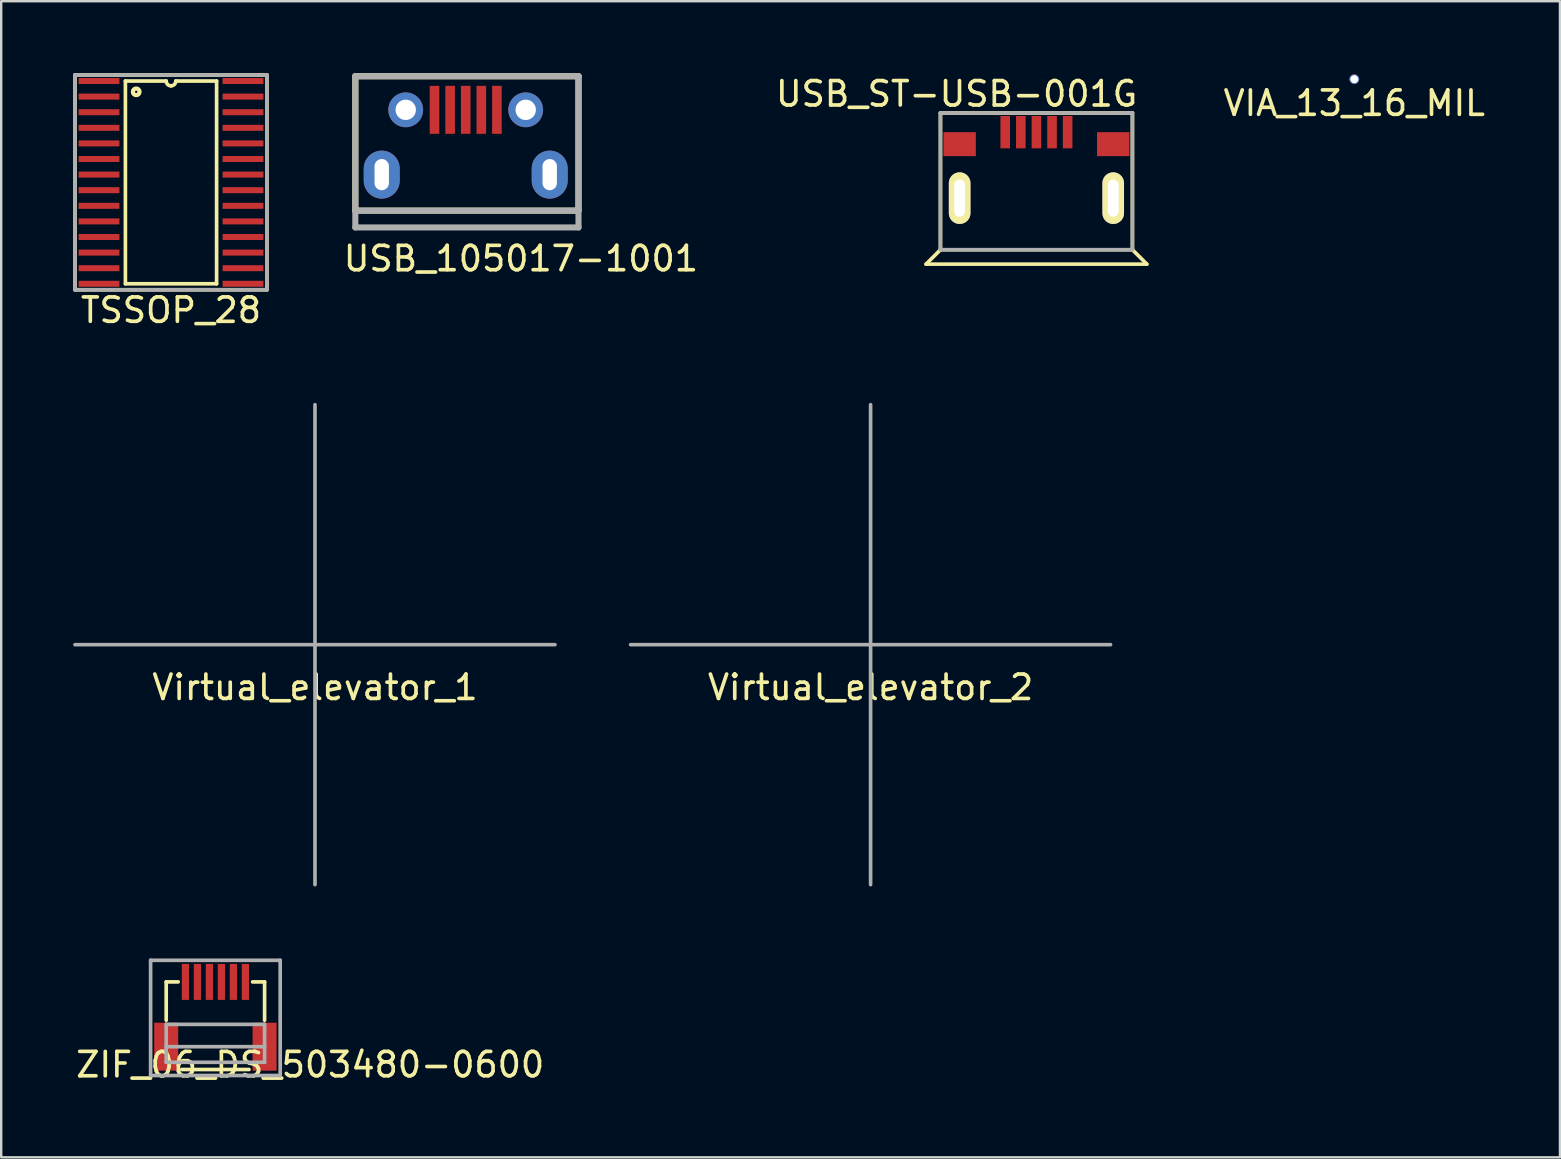
<source format=kicad_pcb>
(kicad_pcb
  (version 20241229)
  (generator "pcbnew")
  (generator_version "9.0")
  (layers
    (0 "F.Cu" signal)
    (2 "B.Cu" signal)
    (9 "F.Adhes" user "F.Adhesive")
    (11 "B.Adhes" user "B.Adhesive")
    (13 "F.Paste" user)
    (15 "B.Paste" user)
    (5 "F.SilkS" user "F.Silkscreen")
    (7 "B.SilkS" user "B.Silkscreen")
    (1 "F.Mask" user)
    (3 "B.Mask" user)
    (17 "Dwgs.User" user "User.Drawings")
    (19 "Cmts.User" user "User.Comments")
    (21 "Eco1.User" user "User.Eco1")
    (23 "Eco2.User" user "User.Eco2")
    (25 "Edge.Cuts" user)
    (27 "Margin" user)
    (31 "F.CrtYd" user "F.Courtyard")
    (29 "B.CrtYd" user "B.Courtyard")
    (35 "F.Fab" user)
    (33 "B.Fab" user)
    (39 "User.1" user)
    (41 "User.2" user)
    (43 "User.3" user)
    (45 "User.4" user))
  (footprint "ZIF_06_DS_503480-0600"
    (layer "F.Cu")
    (at 5.926 37.867)
    (property "Reference" "ZIF_06_DS_503480-0600" (at 3.95 3.45 0) (layer "F.SilkS") (effects (font (size 1.016 1.016) (thickness 0.152))))
    (attr through_hole)
    (fp_line (start -2.05 0) (end -1.55 0) (stroke (width 0.152) (type solid)) (layer "F.SilkS"))
    (fp_line (start -2.05 1.6) (end -2.05 0) (stroke (width 0.152) (type solid)) (layer "F.SilkS"))
    (fp_line (start -1.4 3.65) (end 1.4 3.65) (stroke (width 0.152) (type solid)) (layer "F.SilkS"))
    (fp_line (start 2.05 0) (end 1.55 0) (stroke (width 0.152) (type solid)) (layer "F.SilkS"))
    (fp_line (start 2.05 1.6) (end 2.05 0) (stroke (width 0.152) (type solid)) (layer "F.SilkS"))
    (fp_line (start -2.7 -0.9) (end 2.7 -0.9) (stroke (width 0.152) (type solid)) (layer "F.Fab"))
    (fp_line (start -2.7 3.9) (end -2.7 -0.9) (stroke (width 0.152) (type solid)) (layer "F.Fab"))
    (fp_line (start -2.05 1.77) (end 2.05 1.77) (stroke (width 0.152) (type solid)) (layer "F.Fab"))
    (fp_line (start -2.05 2.7) (end 2.05 2.7) (stroke (width 0.152) (type solid)) (layer "F.Fab"))
    (fp_line (start -2.05 3.35) (end -2.05 1.77) (stroke (width 0.152) (type solid)) (layer "F.Fab"))
    (fp_line (start 2.05 1.77) (end 2.05 3.35) (stroke (width 0.152) (type solid)) (layer "F.Fab"))
    (fp_line (start 2.05 3.35) (end -2.05 3.35) (stroke (width 0.152) (type solid)) (layer "F.Fab"))
    (fp_line (start 2.7 3.9) (end -2.7 3.9) (stroke (width 0.152) (type solid)) (layer "F.Fab"))
    (fp_line (start 2.7 3.9) (end 2.7 -0.9) (stroke (width 0.152) (type solid)) (layer "F.Fab"))
    (pad "1" smd rect (at 1.25 0 180) (size 0.3 1.5) (layers "F.Cu" "F.Mask" "F.Paste"))
    (pad "2" smd rect (at 0.75 0 180) (size 0.3 1.5) (layers "F.Cu" "F.Mask" "F.Paste"))
    (pad "3" smd rect (at 0.25 0 180) (size 0.3 1.5) (layers "F.Cu" "F.Mask" "F.Paste"))
    (pad "4" smd rect (at -0.25 0 180) (size 0.3 1.5) (layers "F.Cu" "F.Mask" "F.Paste"))
    (pad "5" smd rect (at -0.75 0 180) (size 0.3 1.5) (layers "F.Cu" "F.Mask" "F.Paste"))
    (pad "6" smd rect (at -1.25 0 180) (size 0.3 1.5) (layers "F.Cu" "F.Mask" "F.Paste"))
    (pad "~" smd rect (at -2.05 2.7) (size 1 2) (layers "F.Cu" "F.Mask" "F.Paste"))
    (pad "~" smd rect (at 2.05 2.7) (size 1 2) (layers "F.Cu" "F.Mask" "F.Paste")))
  (footprint "USB_105017-1001"
    (layer "F.Cu")
    (at 16.357 1.527)
    (property "Reference" "USB_105017-1001" (at 2.3 6.2 0) (layer "F.SilkS") (effects (font (size 1.016 1.016) (thickness 0.152))))
    (attr through_hole)
    (fp_line (start -4.6 -1.4) (end 4.7 -1.4) (stroke (width 0.254) (type solid)) (layer "F.SilkS"))
    (fp_line (start -4.6 4.2) (end -4.6 -1.4) (stroke (width 0.254) (type solid)) (layer "F.SilkS"))
    (fp_line (start 4.7 -1.4) (end 4.7 4.2) (stroke (width 0.254) (type solid)) (layer "F.SilkS"))
    (fp_line (start 4.7 4.2) (end -4.6 4.2) (stroke (width 0.254) (type solid)) (layer "F.SilkS"))
    (fp_line (start -4.6 -1.4) (end 4.7 -1.4) (stroke (width 0.254) (type solid)) (layer "F.Fab"))
    (fp_line (start -4.6 4.9) (end -4.6 -1.4) (stroke (width 0.254) (type solid)) (layer "F.Fab"))
    (fp_line (start 4.7 -1.4) (end 4.7 4.9) (stroke (width 0.254) (type solid)) (layer "F.Fab"))
    (fp_line (start 4.7 4.2) (end -4.6 4.2) (stroke (width 0.254) (type solid)) (layer "F.Fab"))
    (fp_line (start 4.7 4.9) (end -4.6 4.9) (stroke (width 0.254) (type solid)) (layer "F.Fab"))
    (pad "1" smd rect (at -1.3 0) (size 0.4 2) (layers "F.Cu" "F.Mask" "F.Paste"))
    (pad "2" smd rect (at -0.65 0) (size 0.4 2) (layers "F.Cu" "F.Mask" "F.Paste"))
    (pad "3" smd rect (at 0 0) (size 0.4 2) (layers "F.Cu" "F.Mask" "F.Paste"))
    (pad "4" smd rect (at 0.65 0) (size 0.4 2) (layers "F.Cu" "F.Mask" "F.Paste"))
    (pad "5" smd rect (at 1.3 0) (size 0.4 2) (layers "F.Cu" "F.Mask" "F.Paste"))
    (pad "~" thru_hole oval (at -3.5 2.7) (size 1.5 2) (drill oval 0.6 1.3) (layers "*.Cu" "*.Mask"))
    (pad "~" thru_hole circle (at -2.5 0) (size 1.45 1.45) (drill 0.85) (layers "*.Cu" "*.Mask"))
    (pad "~" thru_hole circle (at 2.5 0) (size 1.45 1.45) (drill 0.85) (layers "*.Cu" "*.Mask"))
    (pad "~" thru_hole oval (at 3.5 2.7) (size 1.5 2) (drill oval 0.6 1.3) (layers "*.Cu" "*.Mask")))
  (footprint "Virtual_elevator_1"
    (layer "F.Cu")
    (at 10.076 23.814)
    (property "Reference" "Virtual_elevator_1" (at 0 1.778 0) (layer "F.SilkS") (effects (font (size 1.016 1.016) (thickness 0.152))))
    (attr through_hole)
    (fp_line (start -10 0) (end 10 0) (stroke (width 0.152) (type solid)) (layer "F.Fab"))
    (fp_line (start 0 -10) (end 0 10) (stroke (width 0.152) (type solid)) (layer "F.Fab")))
  (footprint "Virtual_elevator_2"
    (layer "F.Cu")
    (at 33.229 23.814)
    (property "Reference" "Virtual_elevator_2" (at 0 1.778 0) (layer "F.SilkS") (effects (font (size 1.016 1.016) (thickness 0.152))))
    (attr through_hole)
    (fp_line (start -10 0) (end 10 0) (stroke (width 0.152) (type solid)) (layer "F.Fab"))
    (fp_line (start 0 -10) (end 0 10) (stroke (width 0.152) (type solid)) (layer "F.Fab")))
  (footprint "TSSOP_28"
    (layer "F.Cu")
    (at 4.076 0.326)
    (property "Reference" "TSSOP_28" (at 0 9.55 180) (layer "F.SilkS") (effects (font (size 1.016 1.016) (thickness 0.152))))
    (attr through_hole)
    (fp_line (start -4 -0.25) (end -4 8.7) (stroke (width 0.152) (type solid)) (layer "F.SilkS"))
    (fp_line (start -4 8.7) (end 4 8.7) (stroke (width 0.152) (type solid)) (layer "F.SilkS"))
    (fp_line (start -1.9 0) (end -0.2 0) (stroke (width 0.152) (type solid)) (layer "F.SilkS"))
    (fp_line (start -1.9 8.45) (end -1.9 0) (stroke (width 0.152) (type solid)) (layer "F.SilkS"))
    (fp_line (start 0.2 0) (end 1.9 0) (stroke (width 0.152) (type solid)) (layer "F.SilkS"))
    (fp_line (start 1.9 0) (end 1.9 8.45) (stroke (width 0.152) (type solid)) (layer "F.SilkS"))
    (fp_line (start 1.9 8.45) (end -1.9 8.45) (stroke (width 0.152) (type solid)) (layer "F.SilkS"))
    (fp_line (start 4 -0.25) (end -4 -0.25) (stroke (width 0.152) (type solid)) (layer "F.SilkS"))
    (fp_line (start 4 8.7) (end 4 -0.25) (stroke (width 0.152) (type solid)) (layer "F.SilkS"))
    (fp_arc (start 0 0.2) (mid -0.141421 0.141421) (end -0.2 0) (stroke (width 0.1524) (type solid)) (layer "F.SilkS"))
    (fp_arc (start 0.2 0) (mid 0.141421 0.141421) (end 0 0.2) (stroke (width 0.1524) (type solid)) (layer "F.SilkS"))
    (fp_circle (center -1.45 0.45) (end -1.45 0.5) (stroke (width 0.152) (type solid)) (fill no) (layer "F.SilkS"))
    (fp_circle (center -1.45 0.45) (end -1.45 0.6) (stroke (width 0.152) (type solid)) (fill no) (layer "F.SilkS"))
    (fp_line (start -4 -0.25) (end 4 -0.25) (stroke (width 0.152) (type solid)) (layer "F.Fab"))
    (fp_line (start -4 8.7) (end -4 -0.25) (stroke (width 0.152) (type solid)) (layer "F.Fab"))
    (fp_line (start 4 -0.25) (end 4 8.7) (stroke (width 0.152) (type solid)) (layer "F.Fab"))
    (fp_line (start 4 8.7) (end -4 8.7) (stroke (width 0.152) (type solid)) (layer "F.Fab"))
    (pad "1" smd rect (at -3 0) (size 1.7 0.25) (layers "F.Cu" "F.Mask" "F.Paste"))
    (pad "2" smd rect (at -3 0.65) (size 1.7 0.25) (layers "F.Cu" "F.Mask" "F.Paste"))
    (pad "3" smd rect (at -3 1.3) (size 1.7 0.25) (layers "F.Cu" "F.Mask" "F.Paste"))
    (pad "4" smd rect (at -3 1.95) (size 1.7 0.25) (layers "F.Cu" "F.Mask" "F.Paste"))
    (pad "5" smd rect (at -3 2.6) (size 1.7 0.25) (layers "F.Cu" "F.Mask" "F.Paste"))
    (pad "6" smd rect (at -3 3.25) (size 1.7 0.25) (layers "F.Cu" "F.Mask" "F.Paste"))
    (pad "7" smd rect (at -3 3.9) (size 1.7 0.25) (layers "F.Cu" "F.Mask" "F.Paste"))
    (pad "8" smd rect (at -3 4.55) (size 1.7 0.25) (layers "F.Cu" "F.Mask" "F.Paste"))
    (pad "9" smd rect (at -3 5.2) (size 1.7 0.25) (layers "F.Cu" "F.Mask" "F.Paste"))
    (pad "10" smd rect (at -3 5.85) (size 1.7 0.25) (layers "F.Cu" "F.Mask" "F.Paste"))
    (pad "11" smd rect (at -3 6.5) (size 1.7 0.25) (layers "F.Cu" "F.Mask" "F.Paste"))
    (pad "12" smd rect (at -3 7.15) (size 1.7 0.25) (layers "F.Cu" "F.Mask" "F.Paste"))
    (pad "13" smd rect (at -3 7.8) (size 1.7 0.25) (layers "F.Cu" "F.Mask" "F.Paste"))
    (pad "14" smd rect (at -3 8.45) (size 1.7 0.25) (layers "F.Cu" "F.Mask" "F.Paste"))
    (pad "15" smd rect (at 3 8.45) (size 1.7 0.25) (layers "F.Cu" "F.Mask" "F.Paste"))
    (pad "16" smd rect (at 3 7.8) (size 1.7 0.25) (layers "F.Cu" "F.Mask" "F.Paste"))
    (pad "17" smd rect (at 3 7.15) (size 1.7 0.25) (layers "F.Cu" "F.Mask" "F.Paste"))
    (pad "18" smd rect (at 3 6.5) (size 1.7 0.25) (layers "F.Cu" "F.Mask" "F.Paste"))
    (pad "19" smd rect (at 3 5.85) (size 1.7 0.25) (layers "F.Cu" "F.Mask" "F.Paste"))
    (pad "20" smd rect (at 3 5.2) (size 1.7 0.25) (layers "F.Cu" "F.Mask" "F.Paste"))
    (pad "21" smd rect (at 3 4.55) (size 1.7 0.25) (layers "F.Cu" "F.Mask" "F.Paste"))
    (pad "22" smd rect (at 3 3.9) (size 1.7 0.25) (layers "F.Cu" "F.Mask" "F.Paste"))
    (pad "23" smd rect (at 3 3.25) (size 1.7 0.25) (layers "F.Cu" "F.Mask" "F.Paste"))
    (pad "24" smd rect (at 3 2.6) (size 1.7 0.25) (layers "F.Cu" "F.Mask" "F.Paste"))
    (pad "25" smd rect (at 3 1.95) (size 1.7 0.25) (layers "F.Cu" "F.Mask" "F.Paste"))
    (pad "26" smd rect (at 3 1.3) (size 1.7 0.25) (layers "F.Cu" "F.Mask" "F.Paste"))
    (pad "27" smd rect (at 3 0.65) (size 1.7 0.25) (layers "F.Cu" "F.Mask" "F.Paste"))
    (pad "28" smd rect (at 3 0) (size 1.7 0.25) (layers "F.Cu" "F.Mask" "F.Paste")))
  (footprint "USB_ST-USB-001G"
    (layer "F.Cu")
    (at 36.94 2.957)
    (property "Reference" "USB_ST-USB-001G" (at -0.127 -2.095 0) (layer "F.SilkS") (effects (font (size 1.016 1.016) (thickness 0.152))))
    (attr through_hole)
    (fp_line (start -0.8 4.4) (end -1.4 5) (stroke (width 0.152) (type solid)) (layer "F.SilkS"))
    (fp_line (start -0.8 4.4) (end -0.8 -1.3) (stroke (width 0.152) (type solid)) (layer "F.SilkS"))
    (fp_line (start -0.8 4.4) (end 7.2 4.4) (stroke (width 0.152) (type solid)) (layer "F.SilkS"))
    (fp_line (start 7.2 -1.3) (end -0.8 -1.3) (stroke (width 0.152) (type solid)) (layer "F.SilkS"))
    (fp_line (start 7.2 4.4) (end 7.2 -1.3) (stroke (width 0.152) (type solid)) (layer "F.SilkS"))
    (fp_line (start 7.2 4.4) (end 7.8 5) (stroke (width 0.152) (type solid)) (layer "F.SilkS"))
    (fp_line (start 7.8 5) (end -1.4 5) (stroke (width 0.152) (type solid)) (layer "F.SilkS"))
    (fp_line (start -0.8 -1.3) (end -0.8 4.4) (stroke (width 0.152) (type solid)) (layer "F.Fab"))
    (fp_line (start -0.8 4.4) (end 7.2 4.4) (stroke (width 0.152) (type solid)) (layer "F.Fab"))
    (fp_line (start 7.2 -1.3) (end -0.8 -1.3) (stroke (width 0.152) (type solid)) (layer "F.Fab"))
    (fp_line (start 7.2 4.4) (end 7.2 -1.3) (stroke (width 0.152) (type solid)) (layer "F.Fab"))
    (pad "" thru_hole oval (at 6.4 2.25) (size 0.9 2.15) (drill oval 0.45 1.55) (layers "*.Cu" "*.Mask" "F.SilkS"))
    (pad "1" smd rect (at 4.5 -0.5) (size 0.4 1.35) (layers "F.Cu" "F.Mask" "F.Paste"))
    (pad "2" smd rect (at 3.85 -0.5) (size 0.4 1.35) (layers "F.Cu" "F.Mask" "F.Paste"))
    (pad "3" smd rect (at 3.2 -0.5) (size 0.4 1.35) (layers "F.Cu" "F.Mask" "F.Paste"))
    (pad "4" smd rect (at 2.55 -0.5) (size 0.4 1.35) (layers "F.Cu" "F.Mask" "F.Paste"))
    (pad "5" smd rect (at 1.9 -0.5) (size 0.4 1.35) (layers "F.Cu" "F.Mask" "F.Paste"))
    (pad "~" smd rect (at 0 0) (size 1.35 1) (layers "F.Cu" "F.Mask" "F.Paste"))
    (pad "~" thru_hole oval (at 0 2.25) (size 0.9 2.15) (drill oval 0.45 1.55) (layers "*.Cu" "*.Mask" "F.SilkS"))
    (pad "~" smd rect (at 6.4 0) (size 1.35 1) (layers "F.Cu" "F.Mask" "F.Paste")))
  (footprint "VIA_13_16_MIL"
    (layer "F.Cu")
    (at 53.386 0.25)
    (property "Reference" "VIA_13_16_MIL" (at 0 1 0) (layer "F.SilkS") (effects (font (size 1.016 1.016) (thickness 0.152))))
    (attr through_hole)
    (pad "1" thru_hole circle (at 0 0) (size 0.406 0.406) (drill 0.33) (layers "*.Cu" "*.Mask")))
  (gr_rect
    (start -3 -3)
    (end 61.956 45.178)
    (stroke (width 0.1) (type default))
    (fill no)
    (layer "Edge.Cuts")))
</source>
